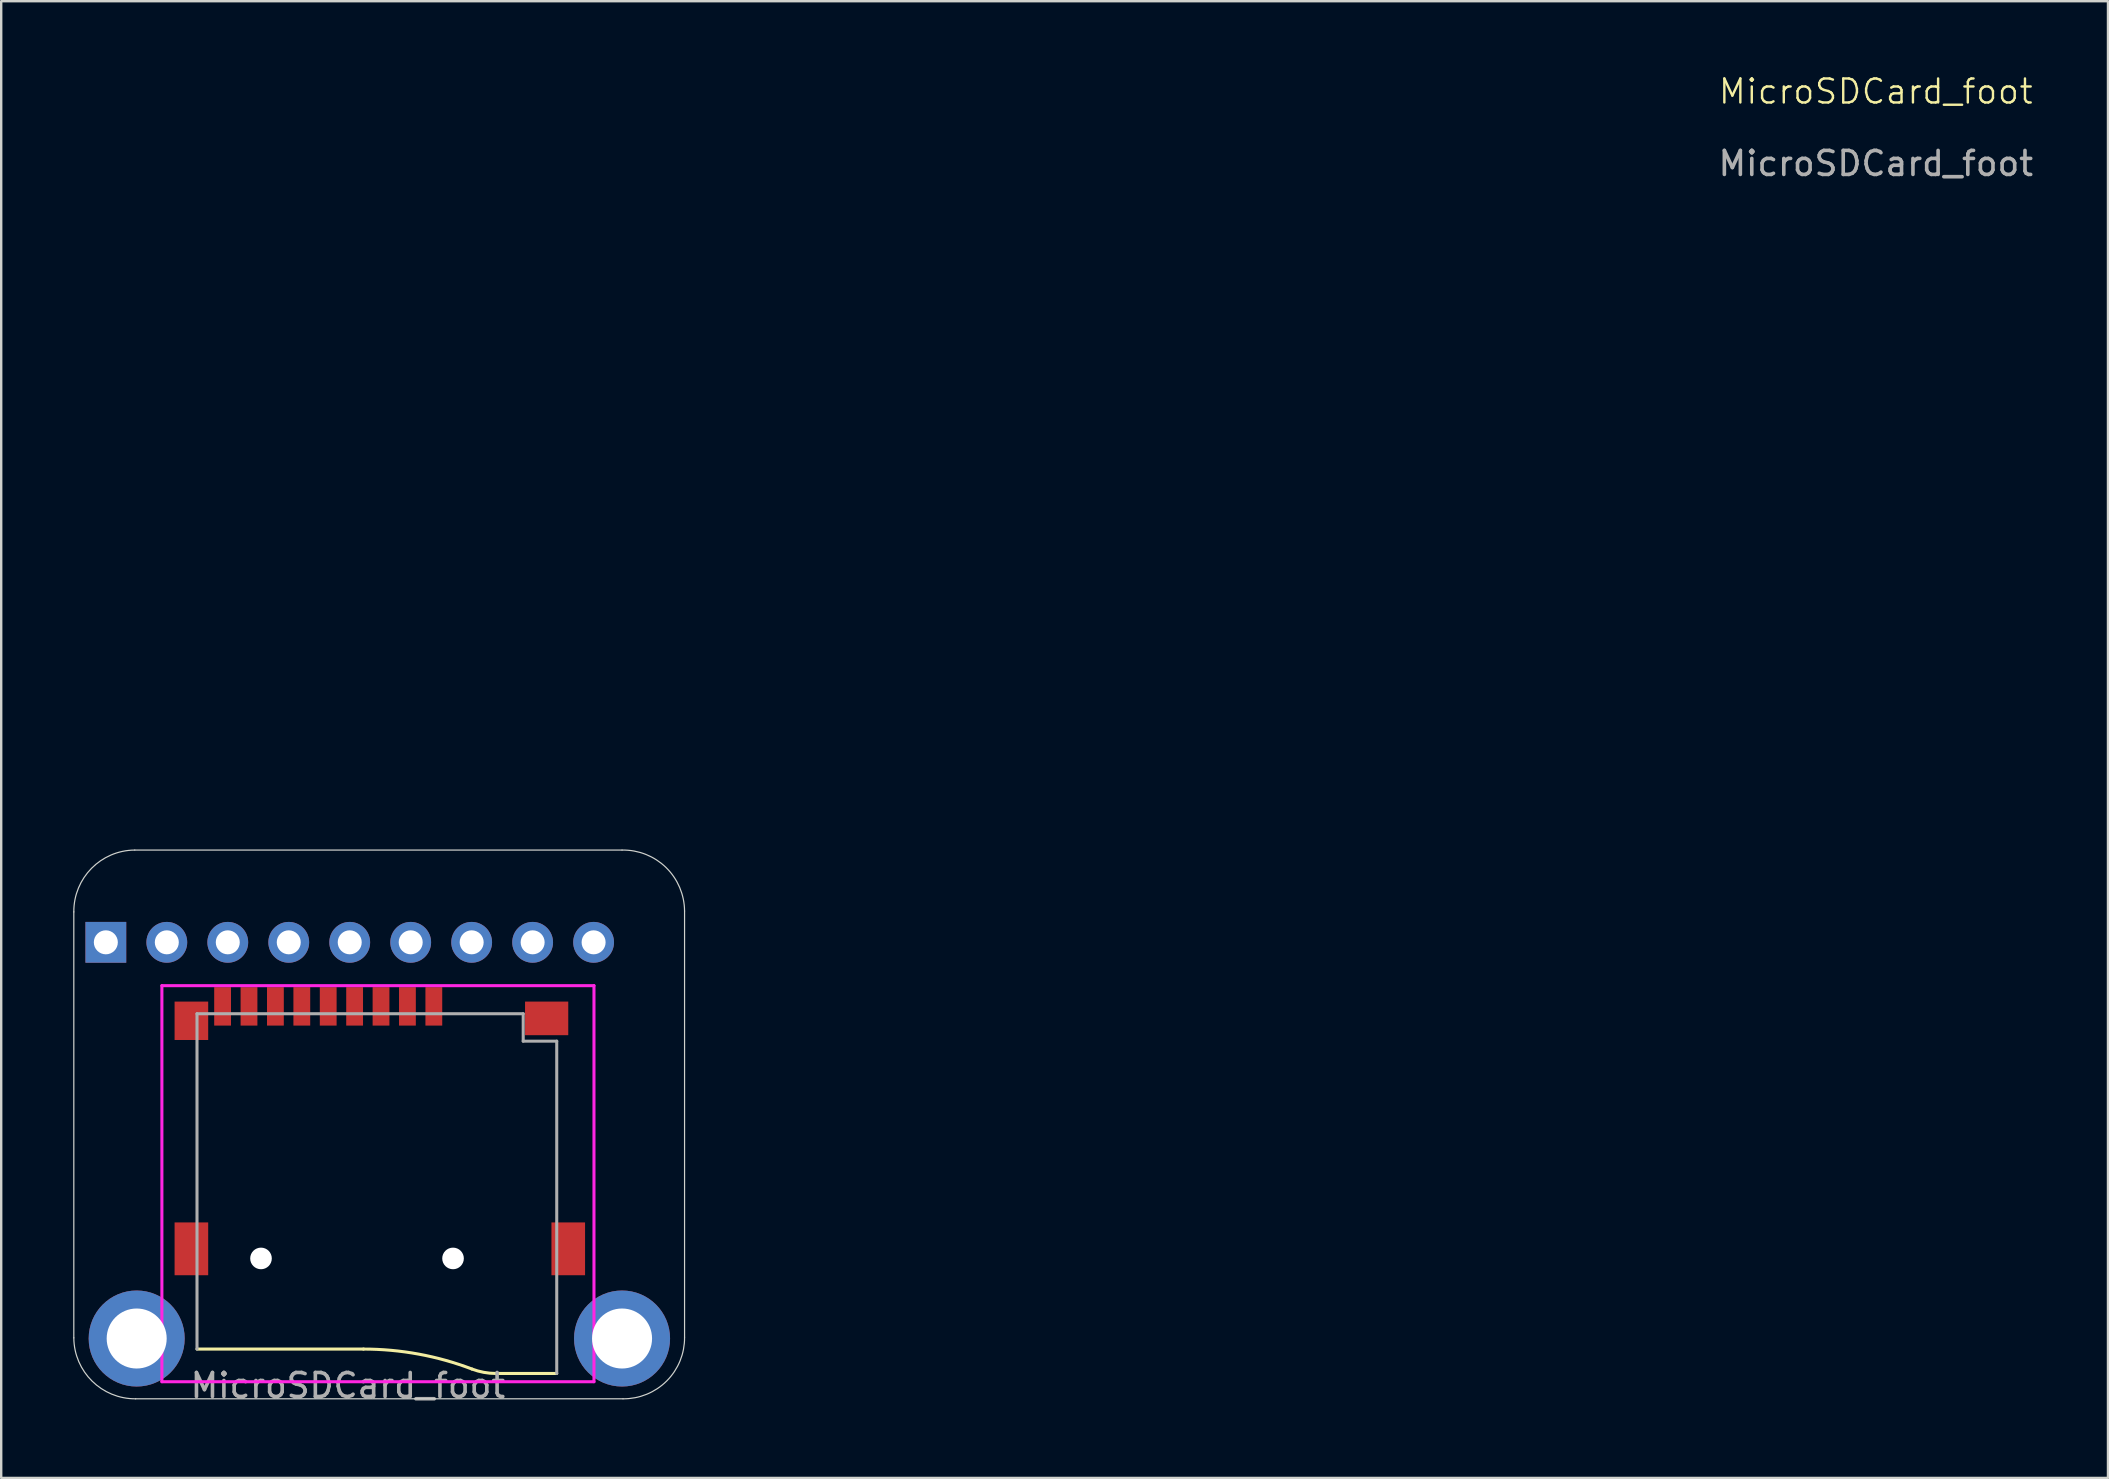
<source format=kicad_pcb>
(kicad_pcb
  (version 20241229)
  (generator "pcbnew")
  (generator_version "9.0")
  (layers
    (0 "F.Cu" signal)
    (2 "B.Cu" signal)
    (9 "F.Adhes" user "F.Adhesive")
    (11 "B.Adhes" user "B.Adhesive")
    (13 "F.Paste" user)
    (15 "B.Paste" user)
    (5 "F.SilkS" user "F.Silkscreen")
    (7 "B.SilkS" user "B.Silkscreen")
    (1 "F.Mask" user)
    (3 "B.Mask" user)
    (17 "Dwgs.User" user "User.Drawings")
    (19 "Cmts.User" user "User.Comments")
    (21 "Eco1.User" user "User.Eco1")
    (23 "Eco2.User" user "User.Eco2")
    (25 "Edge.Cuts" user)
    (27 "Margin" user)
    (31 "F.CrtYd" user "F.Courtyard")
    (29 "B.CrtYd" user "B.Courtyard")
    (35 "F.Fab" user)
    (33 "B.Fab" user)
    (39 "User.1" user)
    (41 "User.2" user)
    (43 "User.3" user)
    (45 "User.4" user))
  (footprint "MicroSDCard_foot"
    (layer "F.Cu")
    (at 11.894 44.761)
    (property "Reference" "MicroSDCard_foot" (at 63.2 -44 0) (unlocked yes) (layer "F.SilkS") (effects (font (size 1 1) (thickness 0.1))))
    (attr smd)
    (fp_line (start 0.197 8.39) (end -6.737 8.39) (stroke (width 0.127) (type solid)) (layer "F.SilkS"))
    (fp_line (start 8.249 9.406) (end 5.718 9.406) (stroke (width 0.127) (type solid)) (layer "F.SilkS"))
    (fp_arc (start 0.1969 8.39) (mid 2.495408 8.599737) (end 4.718 9.222) (stroke (width 0.127) (type solid)) (layer "F.SilkS"))
    (fp_arc (start 5.7179 9.406) (mid 5.209554 9.359621) (end 4.718 9.222) (stroke (width 0.127) (type solid)) (layer "F.SilkS"))
    (fp_line (start -11.869 7.922) (end -11.869 -9.822) (stroke (width 0.05) (type default)) (layer "Edge.Cuts"))
    (fp_line (start -9.329 -12.398) (end 10.97 -12.398) (stroke (width 0.05) (type default)) (layer "Edge.Cuts"))
    (fp_line (start 11.01 10.462) (end -9.293 10.462) (stroke (width 0.05) (type default)) (layer "Edge.Cuts"))
    (fp_line (start 13.574 7.897) (end 13.574 -9.858) (stroke (width 0.05) (type default)) (layer "Edge.Cuts"))
    (fp_arc (start -11.868513 -9.82196) (mid -11.132106 -11.635943) (end -9.328772 -12.398053) (stroke (width 0.05) (type default)) (layer "Edge.Cuts"))
    (fp_arc (start -9.292679 10.461686) (mid -11.10668 9.725298) (end -11.868772 7.921945) (stroke (width 0.05) (type default)) (layer "Edge.Cuts"))
    (fp_arc (start 10.96958 -12.398053) (mid 12.801866 -11.67176) (end 13.573996 -9.858312) (stroke (width 0.05) (type default)) (layer "Edge.Cuts"))
    (fp_arc (start 13.573996 7.89727) (mid 12.83058 9.71827) (end 11.00958 10.461686) (stroke (width 0.05) (type default)) (layer "Edge.Cuts"))
    (fp_line (start -8.2 -6.75) (end 9.8 -6.75) (stroke (width 0.127) (type solid)) (layer "F.CrtYd"))
    (fp_line (start -8.2 9.75) (end -8.2 -6.75) (stroke (width 0.127) (type solid)) (layer "F.CrtYd"))
    (fp_line (start 9.8 -6.75) (end 9.8 9.75) (stroke (width 0.127) (type solid)) (layer "F.CrtYd"))
    (fp_line (start 9.8 9.75) (end -8.2 9.75) (stroke (width 0.127) (type solid)) (layer "F.CrtYd"))
    (fp_line (start -6.737 -5.58) (end 6.852 -5.58) (stroke (width 0.127) (type solid)) (layer "F.Fab"))
    (fp_line (start -6.737 8.39) (end -6.737 -5.58) (stroke (width 0.127) (type solid)) (layer "F.Fab"))
    (fp_line (start 6.852 -5.58) (end 6.852 -4.437) (stroke (width 0.127) (type solid)) (layer "F.Fab"))
    (fp_line (start 6.852 -4.437) (end 8.249 -4.437) (stroke (width 0.127) (type solid)) (layer "F.Fab"))
    (fp_line (start 8.249 -4.437) (end 8.249 9.406) (stroke (width 0.127) (type solid)) (layer "F.Fab"))
    (fp_text user "${REFERENCE}" (at 63.2 -41 0) (unlocked yes) (layer "F.Fab") (effects (font (size 1 1) (thickness 0.15))))
    (fp_text user "${REFERENCE}" (at -0.45 9.91 180) (layer "F.Fab") (effects (font (size 1 1) (thickness 0.15))))
    (pad "" np_thru_hole circle (at -4.071 4.614) (size 0.9 0.9) (drill 0.9) (layers "*.Cu" "*.Mask"))
    (pad "" np_thru_hole circle (at 3.929 4.614) (size 0.9 0.9) (drill 0.9) (layers "*.Cu" "*.Mask"))
    (pad "1" thru_hole rect (at -10.535 -8.555 90) (size 1.7 1.7) (drill 1) (layers "*.Cu" "*.Mask"))
    (pad "1" thru_hole circle (at -9.25 7.95) (size 4 4) (drill 2.5) (layers "*.Cu" "*.Mask"))
    (pad "1" smd rect (at 3.129 -5.886) (size 0.7 1.6) (layers "F.Cu" "F.Mask" "F.Paste"))
    (pad "1" thru_hole circle (at 10.97 7.95) (size 4 4) (drill 2.5) (layers "*.Cu" "*.Mask"))
    (pad "2" thru_hole oval (at -7.995 -8.555 90) (size 1.7 1.7) (drill 1) (layers "*.Cu" "*.Mask"))
    (pad "2" smd rect (at 2.029 -5.886) (size 0.7 1.6) (layers "F.Cu" "F.Mask" "F.Paste"))
    (pad "3" thru_hole oval (at -5.455 -8.555 90) (size 1.7 1.7) (drill 1) (layers "*.Cu" "*.Mask"))
    (pad "3" smd rect (at 0.929 -5.886) (size 0.7 1.6) (layers "F.Cu" "F.Mask" "F.Paste"))
    (pad "4" thru_hole oval (at -2.915 -8.555 90) (size 1.7 1.7) (drill 1) (layers "*.Cu" "*.Mask"))
    (pad "4" smd rect (at -0.171 -5.886) (size 0.7 1.6) (layers "F.Cu" "F.Mask" "F.Paste"))
    (pad "5" smd rect (at -1.271 -5.886) (size 0.7 1.6) (layers "F.Cu" "F.Mask" "F.Paste"))
    (pad "5" thru_hole oval (at -0.375 -8.555 90) (size 1.7 1.7) (drill 1) (layers "*.Cu" "*.Mask"))
    (pad "6" smd rect (at -2.371 -5.886) (size 0.7 1.6) (layers "F.Cu" "F.Mask" "F.Paste"))
    (pad "6" thru_hole oval (at 2.165 -8.555 90) (size 1.7 1.7) (drill 1) (layers "*.Cu" "*.Mask"))
    (pad "7" smd rect (at -3.471 -5.886) (size 0.7 1.6) (layers "F.Cu" "F.Mask" "F.Paste"))
    (pad "7" thru_hole oval (at 4.705 -8.555 90) (size 1.7 1.7) (drill 1) (layers "*.Cu" "*.Mask"))
    (pad "8" smd rect (at -4.571 -5.886) (size 0.7 1.6) (layers "F.Cu" "F.Mask" "F.Paste"))
    (pad "8" thru_hole oval (at 7.245 -8.555 90) (size 1.7 1.7) (drill 1) (layers "*.Cu" "*.Mask"))
    (pad "9" smd rect (at -5.671 -5.886) (size 0.7 1.6) (layers "F.Cu" "F.Mask" "F.Paste"))
    (pad "9" thru_hole oval (at 9.785 -8.555 90) (size 1.7 1.7) (drill 1) (layers "*.Cu" "*.Mask"))
    (pad "10" smd rect (at -6.971 -5.286) (size 1.4 1.6) (layers "F.Cu" "F.Mask" "F.Paste"))
    (pad "10" smd rect (at -6.971 4.214) (size 1.4 2.2) (layers "F.Cu" "F.Mask" "F.Paste"))
    (pad "10" smd rect (at 7.829 -5.386) (size 1.8 1.4) (layers "F.Cu" "F.Mask" "F.Paste"))
    (pad "10" smd rect (at 8.729 4.214) (size 1.4 2.2) (layers "F.Cu" "F.Mask" "F.Paste")))
  (gr_rect
    (start -3 -3)
    (end 84.766 58.519)
    (stroke (width 0.1) (type default))
    (fill no)
    (layer "Edge.Cuts")))
</source>
